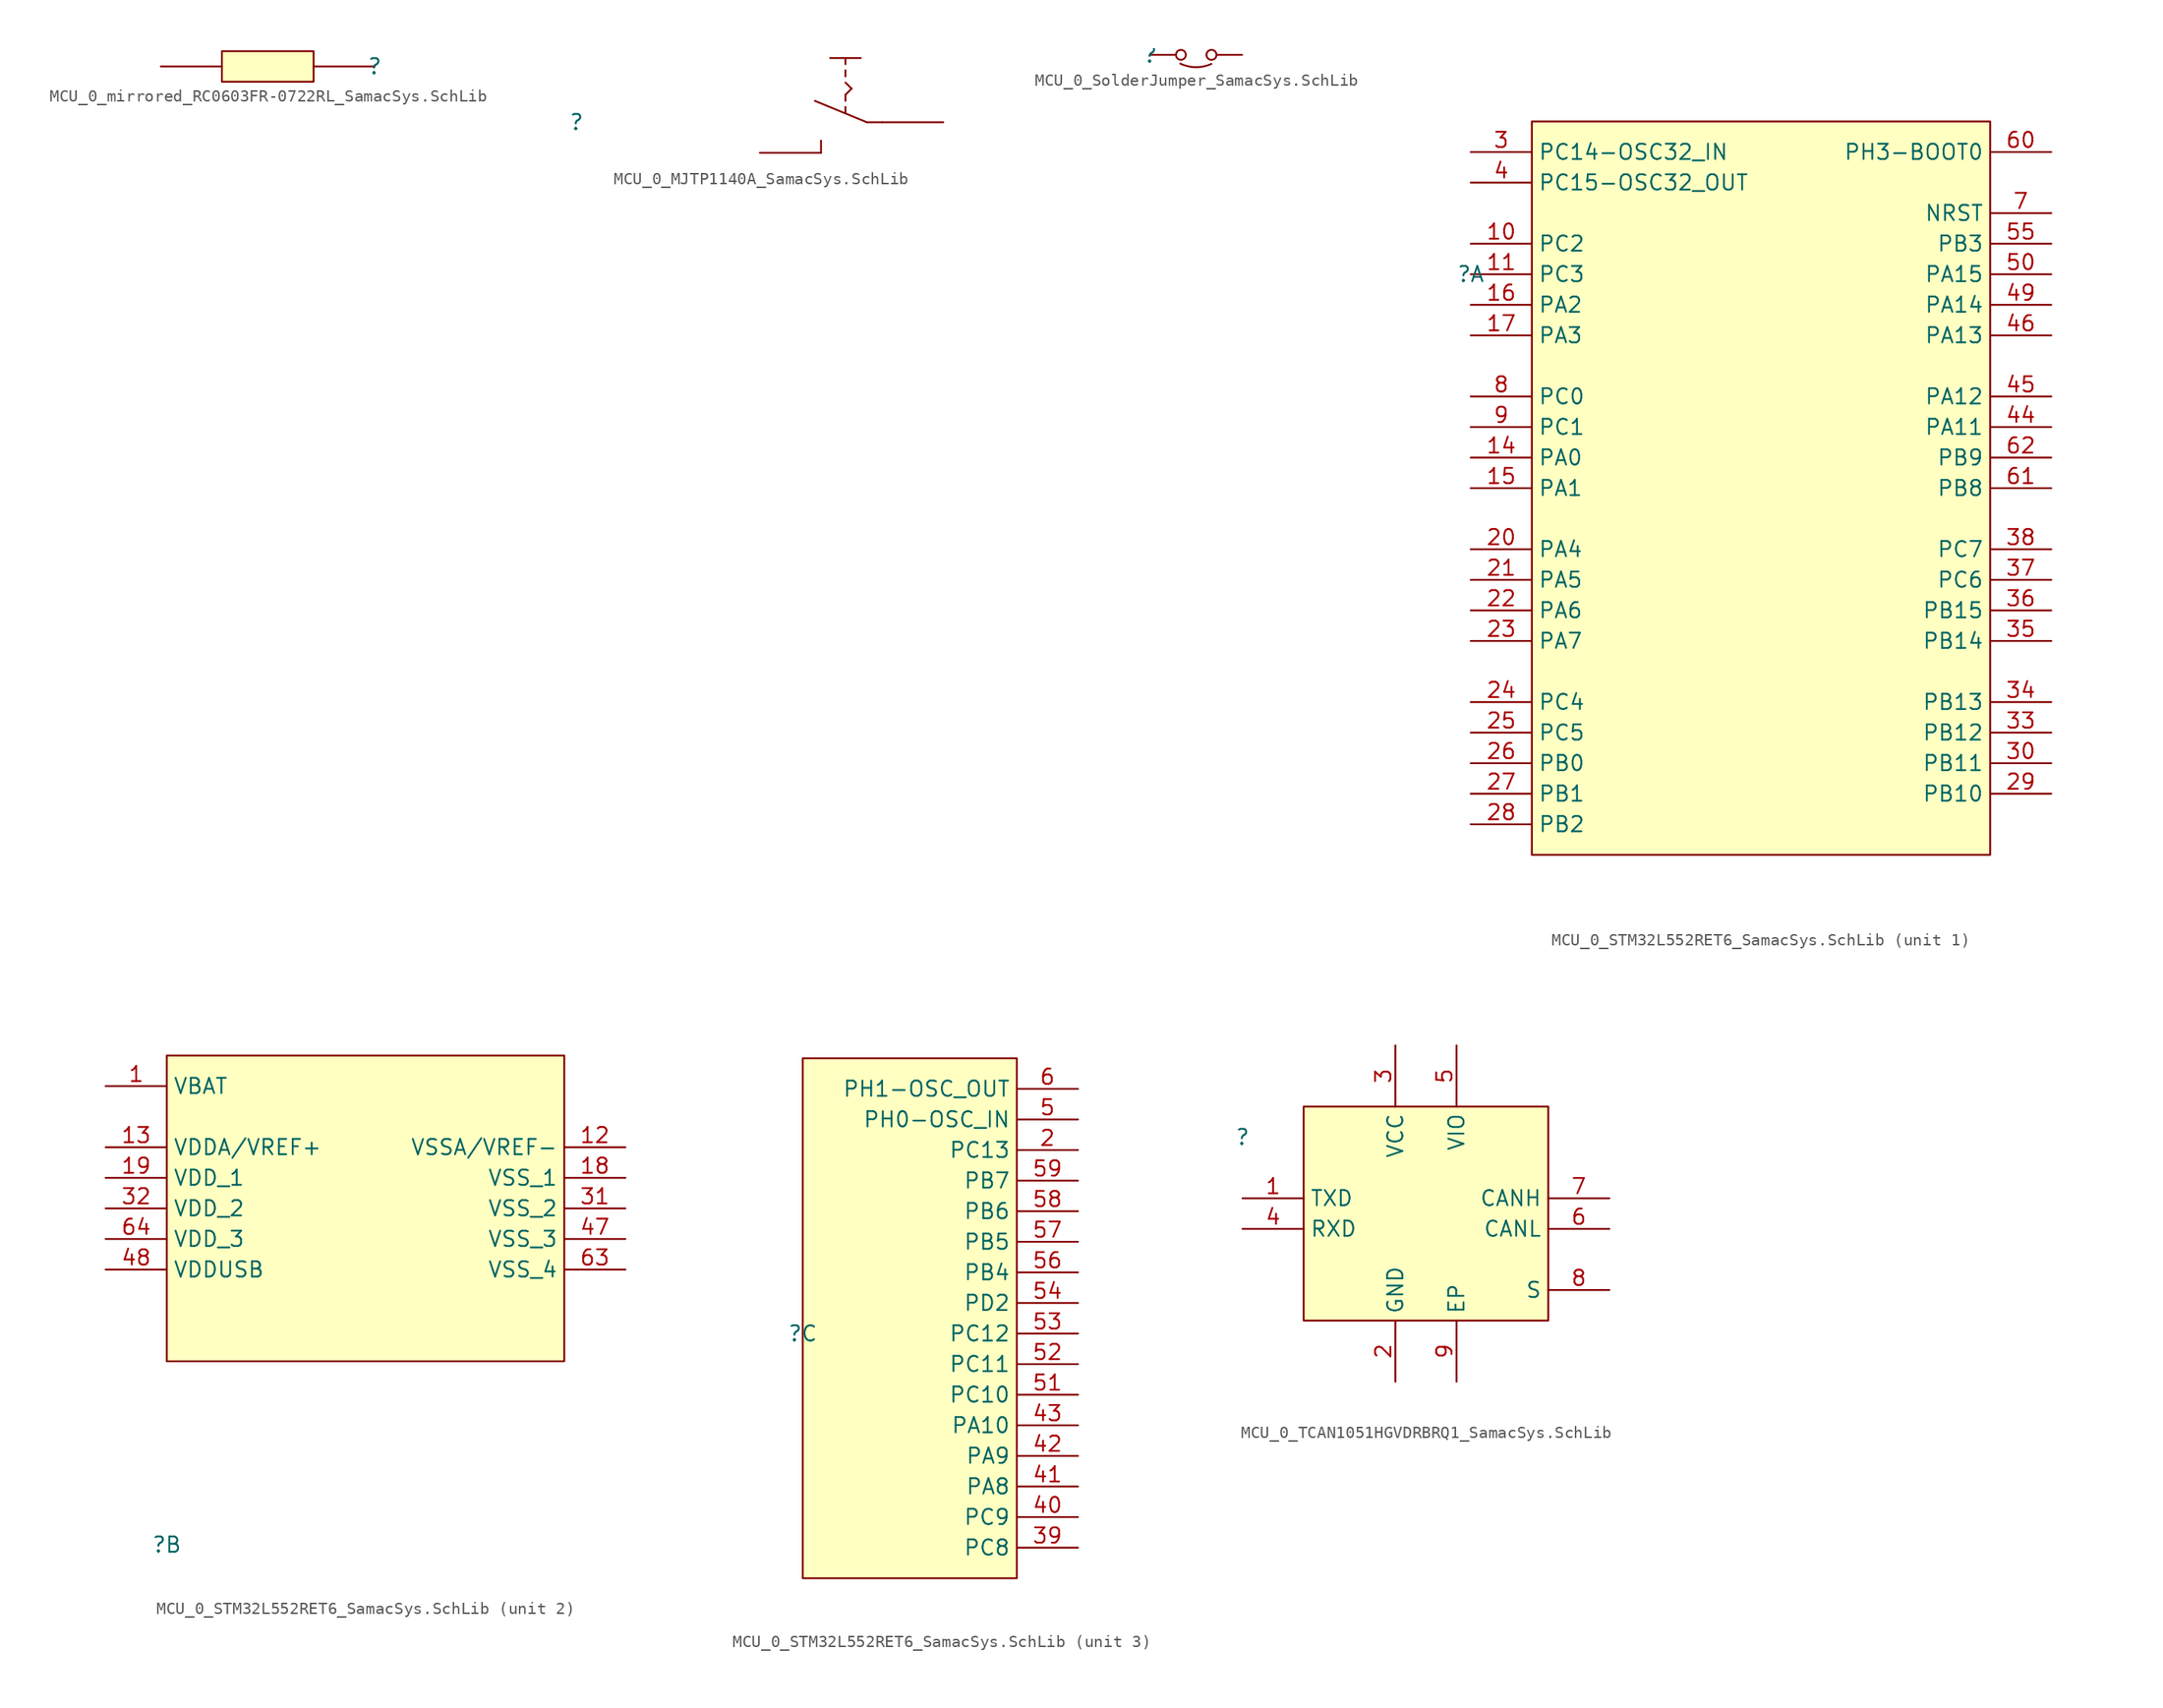
<source format=kicad_sym>
(kicad_symbol_lib
  (version 20241209)
  (generator "kicad_symbol_editor")
  (generator_version "9.0")
  (symbol "MCU_0_mirrored_RC0603FR-0722RL_SamacSys.SchLib"
    (pin_numbers
      (hide yes))
    (pin_names
      (hide yes))
    (property "Reference" ""
      (at 0 0 0)
      (effects (font (size 1.27 1.27))))
    (property "Value" ""
      (at 0 0 0)
      (effects (font (size 1.27 1.27))))
    (symbol "MCU_0_mirrored_RC0603FR-0722RL_SamacSys.SchLib_1_0"
      (rectangle (start -5.08 1.27) (end -12.7 -1.27) (stroke (width 0) (type solid) (color 128 0 0 1)) (fill (type background)))
      (pin passive line (at -17.78 0 0) (length 5.08) (name "2" (effects (font (size 1.27 1.27)))) (number "2" (effects (font (size 1.27 1.27)))))
      (pin passive line (at 0 0 180) (length 5.08) (name "1" (effects (font (size 1.27 1.27)))) (number "1" (effects (font (size 1.27 1.27)))))))
  (symbol "MCU_0_MJTP1140A_SamacSys.SchLib"
    (pin_numbers
      (hide yes))
    (pin_names
      (hide yes))
    (property "Reference" ""
      (at 0 0 0)
      (effects (font (size 1.27 1.27))))
    (property "Value" ""
      (at 0 0 0)
      (effects (font (size 1.27 1.27))))
    (symbol "MCU_0_MJTP1140A_SamacSys.SchLib_1_0"
      (polyline (pts (xy 19.812 1.778) (xy 24.13 0)) (stroke (width 0) (type solid)) (fill (type none)))
      (polyline (pts (xy 20.32 -1.524) (xy 20.32 -2.54)) (stroke (width 0) (type solid)) (fill (type none)))
      (polyline (pts (xy 21.082 5.334) (xy 23.622 5.334)) (stroke (width 0) (type solid)) (fill (type none)))
      (polyline (pts (xy 22.352 4.826) (xy 22.352 5.334)) (stroke (width 0) (type solid)) (fill (type none)))
      (polyline (pts (xy 22.352 3.81) (xy 22.352 4.318)) (stroke (width 0) (type solid)) (fill (type none)))
      (polyline (pts (xy 22.352 2.286) (xy 22.86 2.794)) (stroke (width 0) (type solid)) (fill (type none)))
      (polyline (pts (xy 22.352 1.778) (xy 22.352 2.286)) (stroke (width 0) (type solid)) (fill (type none)))
      (polyline (pts (xy 22.352 0.762) (xy 22.352 1.27)) (stroke (width 0) (type solid)) (fill (type none)))
      (polyline (pts (xy 22.86 2.794) (xy 22.352 3.302)) (stroke (width 0) (type solid)) (fill (type none)))
      (polyline (pts (xy 24.13 0) (xy 25.4 0)) (stroke (width 0) (type solid)) (fill (type none)))
      (pin passive line (at 15.24 -2.54 0) (length 5.08) (name "2" (effects (font (size 1.27 1.27)))) (number "2" (effects (font (size 1.27 1.27)))))
      (pin passive line (at 30.48 0 180) (length 5.08) (name "1" (effects (font (size 1.27 1.27)))) (number "1" (effects (font (size 1.27 1.27)))))))
  (symbol "MCU_0_SolderJumper_SamacSys.SchLib"
    (pin_numbers
      (hide yes))
    (pin_names
      (hide yes))
    (property "Reference" ""
      (at 0 0 0)
      (effects (font (size 1.27 1.27))))
    (property "Value" ""
      (at 0 0 0)
      (effects (font (size 1.27 1.27))))
    (symbol "MCU_0_SolderJumper_SamacSys.SchLib_1_0"
      (circle (center 2.54 0) (radius 0.411) (stroke (width 0) (type solid)) (fill (type none)))
      (arc (start 5.0724 -0.7544) (mid 3.7782 -1.0269) (end 2.49 -0.7275) (stroke (width 0) (type solid)) (fill (type none)))
      (circle (center 5.08 0) (radius 0.416) (stroke (width 0) (type solid)) (fill (type none)))
      (pin passive line (at 0 0 0) (length 2.032) (name "1" (effects (font (size 1.27 1.27)))) (number "1" (effects (font (size 1.27 1.27)))))
      (pin passive line (at 7.62 0 180) (length 2.032) (name "2" (effects (font (size 1.27 1.27)))) (number "2" (effects (font (size 1.27 1.27)))))))
  (symbol "MCU_0_STM32L552RET6_SamacSys.SchLib"
    (property "Reference" ""
      (at 0 0 0)
      (effects (font (size 1.27 1.27))))
    (property "Value" ""
      (at 0 0 0)
      (effects (font (size 1.27 1.27))))
    (symbol "MCU_0_STM32L552RET6_SamacSys.SchLib_1_0"
      (rectangle (start 43.18 12.7) (end 5.08 -48.26) (stroke (width 0) (type solid) (color 128 0 0 1)) (fill (type background)))
      (pin passive line (at 0 10.16 0) (length 5.08) (name "PC14-OSC32_IN" (effects (font (size 1.27 1.27)))) (number "3" (effects (font (size 1.27 1.27)))))
      (pin passive line (at 0 7.62 0) (length 5.08) (name "PC15-OSC32_OUT" (effects (font (size 1.27 1.27)))) (number "4" (effects (font (size 1.27 1.27)))))
      (pin passive line (at 0 2.54 0) (length 5.08) (name "PC2" (effects (font (size 1.27 1.27)))) (number "10" (effects (font (size 1.27 1.27)))))
      (pin passive line (at 0 0 0) (length 5.08) (name "PC3" (effects (font (size 1.27 1.27)))) (number "11" (effects (font (size 1.27 1.27)))))
      (pin passive line (at 0 -2.54 0) (length 5.08) (name "PA2" (effects (font (size 1.27 1.27)))) (number "16" (effects (font (size 1.27 1.27)))))
      (pin passive line (at 0 -5.08 0) (length 5.08) (name "PA3" (effects (font (size 1.27 1.27)))) (number "17" (effects (font (size 1.27 1.27)))))
      (pin passive line (at 0 -10.16 0) (length 5.08) (name "PC0" (effects (font (size 1.27 1.27)))) (number "8" (effects (font (size 1.27 1.27)))))
      (pin passive line (at 0 -12.7 0) (length 5.08) (name "PC1" (effects (font (size 1.27 1.27)))) (number "9" (effects (font (size 1.27 1.27)))))
      (pin passive line (at 0 -15.24 0) (length 5.08) (name "PA0" (effects (font (size 1.27 1.27)))) (number "14" (effects (font (size 1.27 1.27)))))
      (pin passive line (at 0 -17.78 0) (length 5.08) (name "PA1" (effects (font (size 1.27 1.27)))) (number "15" (effects (font (size 1.27 1.27)))))
      (pin passive line (at 0 -22.86 0) (length 5.08) (name "PA4" (effects (font (size 1.27 1.27)))) (number "20" (effects (font (size 1.27 1.27)))))
      (pin passive line (at 0 -25.4 0) (length 5.08) (name "PA5" (effects (font (size 1.27 1.27)))) (number "21" (effects (font (size 1.27 1.27)))))
      (pin passive line (at 0 -27.94 0) (length 5.08) (name "PA6" (effects (font (size 1.27 1.27)))) (number "22" (effects (font (size 1.27 1.27)))))
      (pin passive line (at 0 -30.48 0) (length 5.08) (name "PA7" (effects (font (size 1.27 1.27)))) (number "23" (effects (font (size 1.27 1.27)))))
      (pin passive line (at 0 -35.56 0) (length 5.08) (name "PC4" (effects (font (size 1.27 1.27)))) (number "24" (effects (font (size 1.27 1.27)))))
      (pin passive line (at 0 -38.1 0) (length 5.08) (name "PC5" (effects (font (size 1.27 1.27)))) (number "25" (effects (font (size 1.27 1.27)))))
      (pin passive line (at 0 -40.64 0) (length 5.08) (name "PB0" (effects (font (size 1.27 1.27)))) (number "26" (effects (font (size 1.27 1.27)))))
      (pin passive line (at 0 -43.18 0) (length 5.08) (name "PB1" (effects (font (size 1.27 1.27)))) (number "27" (effects (font (size 1.27 1.27)))))
      (pin passive line (at 0 -45.72 0) (length 5.08) (name "PB2" (effects (font (size 1.27 1.27)))) (number "28" (effects (font (size 1.27 1.27)))))
      (pin passive line (at 48.26 10.16 180) (length 5.08) (name "PH3-BOOT0" (effects (font (size 1.27 1.27)))) (number "60" (effects (font (size 1.27 1.27)))))
      (pin passive line (at 48.26 5.08 180) (length 5.08) (name "NRST" (effects (font (size 1.27 1.27)))) (number "7" (effects (font (size 1.27 1.27)))))
      (pin passive line (at 48.26 2.54 180) (length 5.08) (name "PB3" (effects (font (size 1.27 1.27)))) (number "55" (effects (font (size 1.27 1.27)))))
      (pin passive line (at 48.26 0 180) (length 5.08) (name "PA15" (effects (font (size 1.27 1.27)))) (number "50" (effects (font (size 1.27 1.27)))))
      (pin passive line (at 48.26 -2.54 180) (length 5.08) (name "PA14" (effects (font (size 1.27 1.27)))) (number "49" (effects (font (size 1.27 1.27)))))
      (pin passive line (at 48.26 -5.08 180) (length 5.08) (name "PA13" (effects (font (size 1.27 1.27)))) (number "46" (effects (font (size 1.27 1.27)))))
      (pin passive line (at 48.26 -10.16 180) (length 5.08) (name "PA12" (effects (font (size 1.27 1.27)))) (number "45" (effects (font (size 1.27 1.27)))))
      (pin passive line (at 48.26 -12.7 180) (length 5.08) (name "PA11" (effects (font (size 1.27 1.27)))) (number "44" (effects (font (size 1.27 1.27)))))
      (pin passive line (at 48.26 -15.24 180) (length 5.08) (name "PB9" (effects (font (size 1.27 1.27)))) (number "62" (effects (font (size 1.27 1.27)))))
      (pin passive line (at 48.26 -17.78 180) (length 5.08) (name "PB8" (effects (font (size 1.27 1.27)))) (number "61" (effects (font (size 1.27 1.27)))))
      (pin passive line (at 48.26 -22.86 180) (length 5.08) (name "PC7" (effects (font (size 1.27 1.27)))) (number "38" (effects (font (size 1.27 1.27)))))
      (pin passive line (at 48.26 -25.4 180) (length 5.08) (name "PC6" (effects (font (size 1.27 1.27)))) (number "37" (effects (font (size 1.27 1.27)))))
      (pin passive line (at 48.26 -27.94 180) (length 5.08) (name "PB15" (effects (font (size 1.27 1.27)))) (number "36" (effects (font (size 1.27 1.27)))))
      (pin passive line (at 48.26 -30.48 180) (length 5.08) (name "PB14" (effects (font (size 1.27 1.27)))) (number "35" (effects (font (size 1.27 1.27)))))
      (pin passive line (at 48.26 -35.56 180) (length 5.08) (name "PB13" (effects (font (size 1.27 1.27)))) (number "34" (effects (font (size 1.27 1.27)))))
      (pin passive line (at 48.26 -38.1 180) (length 5.08) (name "PB12" (effects (font (size 1.27 1.27)))) (number "33" (effects (font (size 1.27 1.27)))))
      (pin passive line (at 48.26 -40.64 180) (length 5.08) (name "PB11" (effects (font (size 1.27 1.27)))) (number "30" (effects (font (size 1.27 1.27)))))
      (pin passive line (at 48.26 -43.18 180) (length 5.08) (name "PB10" (effects (font (size 1.27 1.27)))) (number "29" (effects (font (size 1.27 1.27))))))
    (symbol "MCU_0_STM32L552RET6_SamacSys.SchLib_2_0"
      (rectangle (start 33.02 40.64) (end 0 15.24) (stroke (width 0) (type solid) (color 128 0 0 1)) (fill (type background)))
      (pin passive line (at -5.08 38.1 0) (length 5.08) (name "VBAT" (effects (font (size 1.27 1.27)))) (number "1" (effects (font (size 1.27 1.27)))))
      (pin passive line (at -5.08 33.02 0) (length 5.08) (name "VDDA/VREF+" (effects (font (size 1.27 1.27)))) (number "13" (effects (font (size 1.27 1.27)))))
      (pin passive line (at -5.08 30.48 0) (length 5.08) (name "VDD_1" (effects (font (size 1.27 1.27)))) (number "19" (effects (font (size 1.27 1.27)))))
      (pin passive line (at -5.08 27.94 0) (length 5.08) (name "VDD_2" (effects (font (size 1.27 1.27)))) (number "32" (effects (font (size 1.27 1.27)))))
      (pin passive line (at -5.08 25.4 0) (length 5.08) (name "VDD_3" (effects (font (size 1.27 1.27)))) (number "64" (effects (font (size 1.27 1.27)))))
      (pin passive line (at -5.08 22.86 0) (length 5.08) (name "VDDUSB" (effects (font (size 1.27 1.27)))) (number "48" (effects (font (size 1.27 1.27)))))
      (pin passive line (at 38.1 33.02 180) (length 5.08) (name "VSSA/VREF-" (effects (font (size 1.27 1.27)))) (number "12" (effects (font (size 1.27 1.27)))))
      (pin passive line (at 38.1 30.48 180) (length 5.08) (name "VSS_1" (effects (font (size 1.27 1.27)))) (number "18" (effects (font (size 1.27 1.27)))))
      (pin passive line (at 38.1 27.94 180) (length 5.08) (name "VSS_2" (effects (font (size 1.27 1.27)))) (number "31" (effects (font (size 1.27 1.27)))))
      (pin passive line (at 38.1 25.4 180) (length 5.08) (name "VSS_3" (effects (font (size 1.27 1.27)))) (number "47" (effects (font (size 1.27 1.27)))))
      (pin passive line (at 38.1 22.86 180) (length 5.08) (name "VSS_4" (effects (font (size 1.27 1.27)))) (number "63" (effects (font (size 1.27 1.27))))))
    (symbol "MCU_0_STM32L552RET6_SamacSys.SchLib_3_0"
      (rectangle (start 17.78 22.86) (end 0 -20.32) (stroke (width 0) (type solid) (color 128 0 0 1)) (fill (type background)))
      (pin passive line (at 22.86 20.32 180) (length 5.08) (name "PH1-OSC_OUT" (effects (font (size 1.27 1.27)))) (number "6" (effects (font (size 1.27 1.27)))))
      (pin passive line (at 22.86 17.78 180) (length 5.08) (name "PH0-OSC_IN" (effects (font (size 1.27 1.27)))) (number "5" (effects (font (size 1.27 1.27)))))
      (pin passive line (at 22.86 15.24 180) (length 5.08) (name "PC13" (effects (font (size 1.27 1.27)))) (number "2" (effects (font (size 1.27 1.27)))))
      (pin passive line (at 22.86 12.7 180) (length 5.08) (name "PB7" (effects (font (size 1.27 1.27)))) (number "59" (effects (font (size 1.27 1.27)))))
      (pin passive line (at 22.86 10.16 180) (length 5.08) (name "PB6" (effects (font (size 1.27 1.27)))) (number "58" (effects (font (size 1.27 1.27)))))
      (pin passive line (at 22.86 7.62 180) (length 5.08) (name "PB5" (effects (font (size 1.27 1.27)))) (number "57" (effects (font (size 1.27 1.27)))))
      (pin passive line (at 22.86 5.08 180) (length 5.08) (name "PB4" (effects (font (size 1.27 1.27)))) (number "56" (effects (font (size 1.27 1.27)))))
      (pin passive line (at 22.86 2.54 180) (length 5.08) (name "PD2" (effects (font (size 1.27 1.27)))) (number "54" (effects (font (size 1.27 1.27)))))
      (pin passive line (at 22.86 0 180) (length 5.08) (name "PC12" (effects (font (size 1.27 1.27)))) (number "53" (effects (font (size 1.27 1.27)))))
      (pin passive line (at 22.86 -2.54 180) (length 5.08) (name "PC11" (effects (font (size 1.27 1.27)))) (number "52" (effects (font (size 1.27 1.27)))))
      (pin passive line (at 22.86 -5.08 180) (length 5.08) (name "PC10" (effects (font (size 1.27 1.27)))) (number "51" (effects (font (size 1.27 1.27)))))
      (pin passive line (at 22.86 -7.62 180) (length 5.08) (name "PA10" (effects (font (size 1.27 1.27)))) (number "43" (effects (font (size 1.27 1.27)))))
      (pin passive line (at 22.86 -10.16 180) (length 5.08) (name "PA9" (effects (font (size 1.27 1.27)))) (number "42" (effects (font (size 1.27 1.27)))))
      (pin passive line (at 22.86 -12.7 180) (length 5.08) (name "PA8" (effects (font (size 1.27 1.27)))) (number "41" (effects (font (size 1.27 1.27)))))
      (pin passive line (at 22.86 -15.24 180) (length 5.08) (name "PC9" (effects (font (size 1.27 1.27)))) (number "40" (effects (font (size 1.27 1.27)))))
      (pin passive line (at 22.86 -17.78 180) (length 5.08) (name "PC8" (effects (font (size 1.27 1.27)))) (number "39" (effects (font (size 1.27 1.27)))))))
  (symbol "MCU_0_TCAN1051HGVDRBRQ1_SamacSys.SchLib"
    (property "Reference" ""
      (at 0 0 0)
      (effects (font (size 1.27 1.27))))
    (property "Value" ""
      (at 0 0 0)
      (effects (font (size 1.27 1.27))))
    (symbol "MCU_0_TCAN1051HGVDRBRQ1_SamacSys.SchLib_1_0"
      (rectangle (start 25.4 2.54) (end 5.08 -15.24) (stroke (width 0) (type solid) (color 128 0 0 1)) (fill (type background)))
      (pin passive line (at 0 -5.08 0) (length 5.08) (name "TXD" (effects (font (size 1.27 1.27)))) (number "1" (effects (font (size 1.27 1.27)))))
      (pin passive line (at 0 -7.62 0) (length 5.08) (name "RXD" (effects (font (size 1.27 1.27)))) (number "4" (effects (font (size 1.27 1.27)))))
      (pin passive line (at 12.7 7.62 270) (length 5.08) (name "VCC" (effects (font (size 1.27 1.27)))) (number "3" (effects (font (size 1.27 1.27)))))
      (pin passive line (at 12.7 -20.32 90) (length 5.08) (name "GND" (effects (font (size 1.27 1.27)))) (number "2" (effects (font (size 1.27 1.27)))))
      (pin passive line (at 17.78 7.62 270) (length 5.08) (name "VIO" (effects (font (size 1.27 1.27)))) (number "5" (effects (font (size 1.27 1.27)))))
      (pin passive line (at 17.78 -20.32 90) (length 5.08) (name "EP" (effects (font (size 1.27 1.27)))) (number "9" (effects (font (size 1.27 1.27)))))
      (pin passive line (at 30.48 -5.08 180) (length 5.08) (name "CANH" (effects (font (size 1.27 1.27)))) (number "7" (effects (font (size 1.27 1.27)))))
      (pin passive line (at 30.48 -7.62 180) (length 5.08) (name "CANL" (effects (font (size 1.27 1.27)))) (number "6" (effects (font (size 1.27 1.27)))))
      (pin passive line (at 30.48 -12.7 180) (length 5.08) (name "S" (effects (font (size 1.27 1.27)))) (number "8" (effects (font (size 1.27 1.27))))))))
</source>
